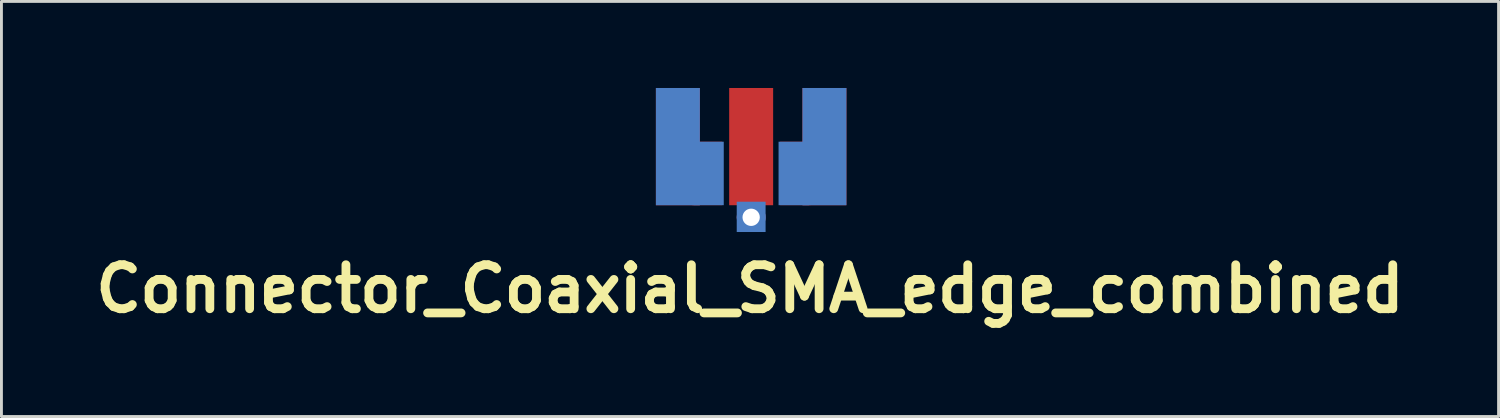
<source format=kicad_pcb>
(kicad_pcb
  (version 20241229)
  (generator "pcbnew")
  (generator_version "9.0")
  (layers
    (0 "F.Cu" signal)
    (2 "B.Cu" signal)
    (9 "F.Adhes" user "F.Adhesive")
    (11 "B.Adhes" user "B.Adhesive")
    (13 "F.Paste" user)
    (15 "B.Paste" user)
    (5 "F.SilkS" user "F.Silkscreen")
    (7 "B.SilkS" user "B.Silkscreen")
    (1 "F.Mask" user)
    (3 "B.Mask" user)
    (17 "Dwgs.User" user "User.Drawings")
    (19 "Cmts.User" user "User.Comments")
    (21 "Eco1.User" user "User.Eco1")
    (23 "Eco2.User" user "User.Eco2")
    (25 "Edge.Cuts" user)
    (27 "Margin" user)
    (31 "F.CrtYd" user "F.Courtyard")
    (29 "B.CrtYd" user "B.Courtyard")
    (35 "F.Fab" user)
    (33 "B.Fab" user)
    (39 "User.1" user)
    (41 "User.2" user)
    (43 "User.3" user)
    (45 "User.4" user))
  (footprint "Connector_Coaxial_SMA_edge_combined"
    (layer "F.Cu")
    (at 22.987 2.032)
    (property "Reference" "Connector_Coaxial_SMA_edge_combined" (at -0.04 4.93 0) (layer "F.SilkS") (effects (font (size 1.524 1.524) (thickness 0.305))))
    (attr through_hole)
    (pad "1" smd rect (at 0 0) (size 1.524 4.064) (layers "F.Cu" "F.Mask" "F.Paste"))
    (pad "1" smd rect (at 0 2.435) (size 1 1.05) (layers "B.Cu" "B.Mask" "B.Paste"))
    (pad "1" thru_hole circle (at 0 2.45) (size 1 1) (drill 0.6) (layers "*.Cu" "*.Mask"))
    (pad "2" smd rect (at -2.54 0) (size 1.524 4.064) (layers "F.Cu" "F.Mask" "F.Paste"))
    (pad "2" smd rect (at -2.54 0) (size 1.524 4.064) (layers "B.Cu" "B.Mask" "B.Paste"))
    (pad "2" smd rect (at -1.53 0.93) (size 1.05 2.2) (layers "F.Cu" "F.Mask" "F.Paste"))
    (pad "2" smd rect (at -1.475 0.93) (size 1.05 2.2) (layers "B.Cu" "B.Mask" "B.Paste"))
    (pad "2" smd rect (at 1.475 0.93) (size 1.05 2.2) (layers "B.Cu" "B.Mask" "B.Paste"))
    (pad "2" smd rect (at 1.53 0.93) (size 1.05 2.2) (layers "F.Cu" "F.Mask" "F.Paste"))
    (pad "2" smd rect (at 2.54 0) (size 1.524 4.064) (layers "F.Cu" "F.Mask" "F.Paste"))
    (pad "2" smd rect (at 2.54 0) (size 1.524 4.064) (layers "B.Cu" "B.Mask" "B.Paste")))
  (gr_rect
    (start -3 -3)
    (end 48.894 11.388)
    (stroke (width 0.1) (type default))
    (fill no)
    (layer "Edge.Cuts")))
</source>
